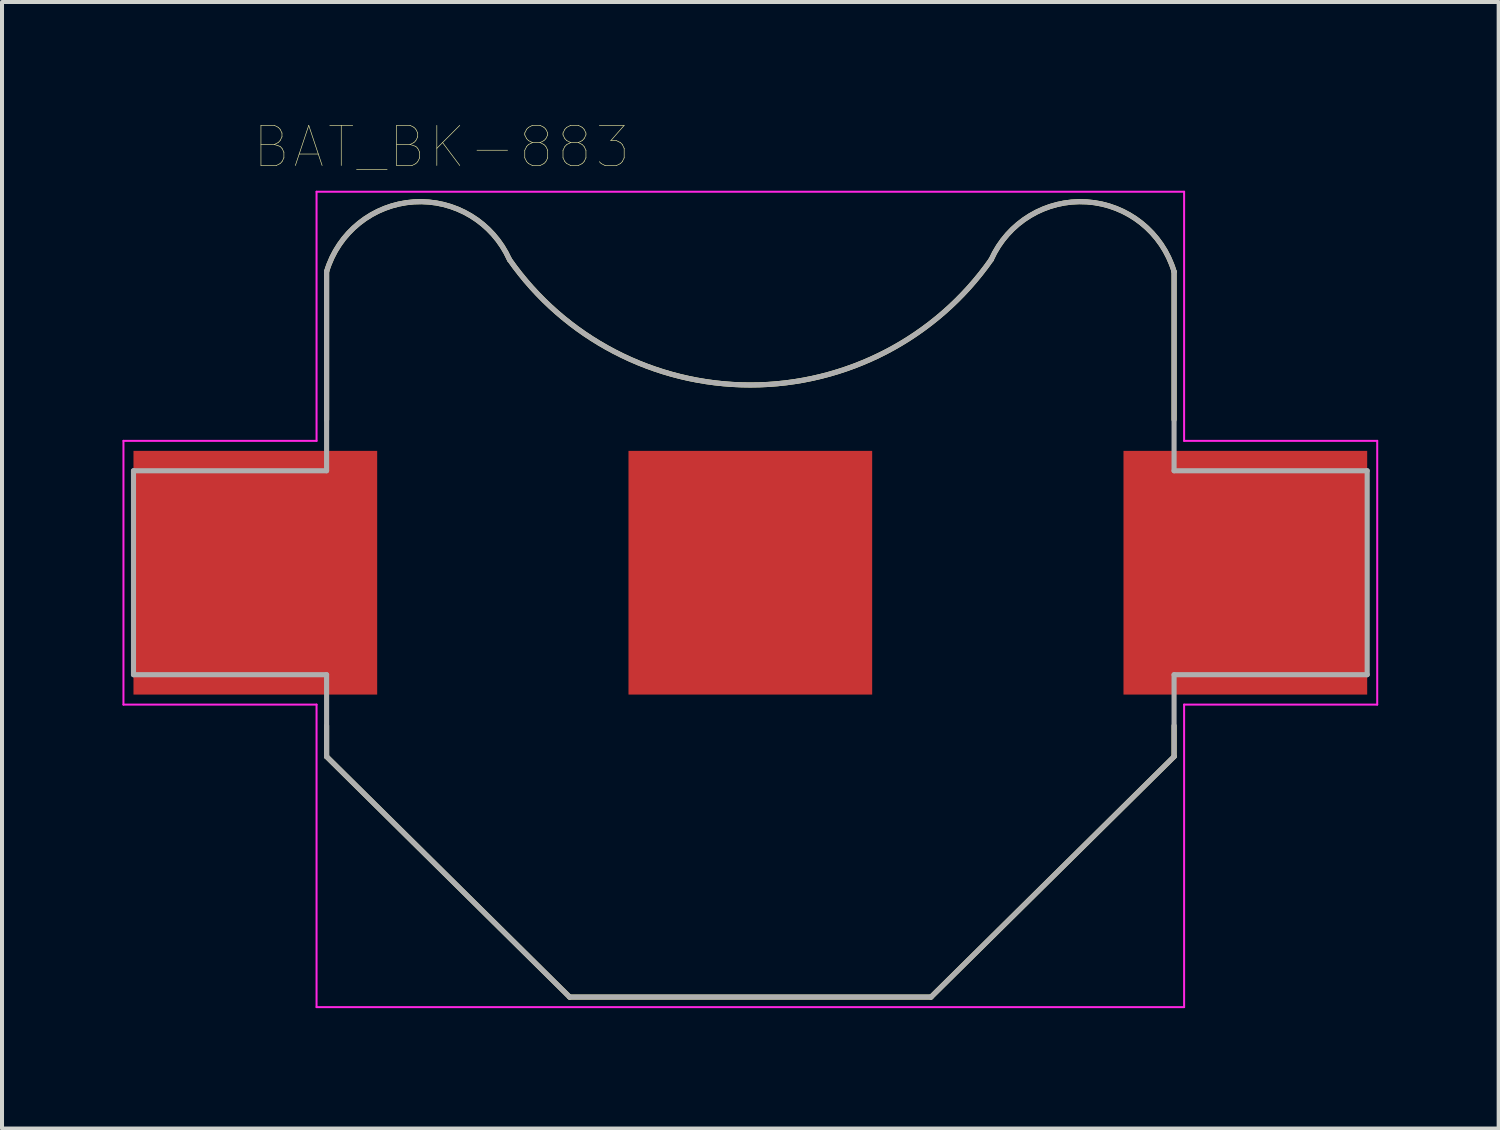
<source format=kicad_pcb>
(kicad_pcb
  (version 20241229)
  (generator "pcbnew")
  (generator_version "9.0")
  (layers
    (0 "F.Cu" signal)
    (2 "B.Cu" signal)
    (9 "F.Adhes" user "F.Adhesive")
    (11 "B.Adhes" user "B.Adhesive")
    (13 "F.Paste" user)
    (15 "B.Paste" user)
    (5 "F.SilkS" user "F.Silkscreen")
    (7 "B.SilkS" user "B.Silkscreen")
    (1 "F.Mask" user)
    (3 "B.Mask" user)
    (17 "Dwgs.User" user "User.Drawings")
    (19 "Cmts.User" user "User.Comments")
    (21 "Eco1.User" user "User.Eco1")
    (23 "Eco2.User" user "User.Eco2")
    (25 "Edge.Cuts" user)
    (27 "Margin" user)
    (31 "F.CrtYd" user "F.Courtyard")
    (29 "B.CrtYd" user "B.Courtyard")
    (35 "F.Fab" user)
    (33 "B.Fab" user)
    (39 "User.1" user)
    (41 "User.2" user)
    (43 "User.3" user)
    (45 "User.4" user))
  (footprint "BAT_BK-883"
    (layer "F.Cu")
    (at 15.64 11.216)
    (property "Reference" "BAT_BK-883" (at -7.69 -10.605 0) (layer "F.SilkS") (effects (font (size 1 1) (thickness 0.015))))
    (attr through_hole)
    (fp_line (start -10.555 -7.5) (end -10.555 -3.81) (stroke (width 0.127) (type solid)) (layer "F.SilkS"))
    (fp_line (start -10.555 3.81) (end -10.555 4.58) (stroke (width 0.127) (type solid)) (layer "F.SilkS"))
    (fp_line (start -10.555 4.58) (end -4.5 10.57) (stroke (width 0.127) (type solid)) (layer "F.SilkS"))
    (fp_line (start -4.5 10.57) (end 4.5 10.57) (stroke (width 0.127) (type solid)) (layer "F.SilkS"))
    (fp_line (start 4.5 10.57) (end 10.555 4.58) (stroke (width 0.127) (type solid)) (layer "F.SilkS"))
    (fp_line (start 10.555 -3.81) (end 10.555 -7.5) (stroke (width 0.127) (type solid)) (layer "F.SilkS"))
    (fp_line (start 10.555 4.58) (end 10.555 3.81) (stroke (width 0.127) (type solid)) (layer "F.SilkS"))
    (fp_arc (start -10.555 -7.5) (mid -8.382044 -9.237329) (end -6 -7.8) (stroke (width 0.127) (type solid)) (layer "F.SilkS"))
    (fp_arc (start 6 -7.8) (mid 0 -4.676598) (end -6 -7.8) (stroke (width 0.127) (type solid)) (layer "F.SilkS"))
    (fp_arc (start 6 -7.8) (mid 8.382044 -9.237329) (end 10.555 -7.5) (stroke (width 0.127) (type solid)) (layer "F.SilkS"))
    (fp_line (start -15.615 -3.285) (end -15.615 3.285) (stroke (width 0.05) (type solid)) (layer "F.CrtYd"))
    (fp_line (start -15.615 3.285) (end -10.805 3.285) (stroke (width 0.05) (type solid)) (layer "F.CrtYd"))
    (fp_line (start -10.805 -9.49) (end -10.805 -3.285) (stroke (width 0.05) (type solid)) (layer "F.CrtYd"))
    (fp_line (start -10.805 -3.285) (end -15.615 -3.285) (stroke (width 0.05) (type solid)) (layer "F.CrtYd"))
    (fp_line (start -10.805 3.285) (end -10.805 10.82) (stroke (width 0.05) (type solid)) (layer "F.CrtYd"))
    (fp_line (start -10.805 10.82) (end 10.805 10.82) (stroke (width 0.05) (type solid)) (layer "F.CrtYd"))
    (fp_line (start 10.805 -9.49) (end -10.805 -9.49) (stroke (width 0.05) (type solid)) (layer "F.CrtYd"))
    (fp_line (start 10.805 -3.285) (end 10.805 -9.49) (stroke (width 0.05) (type solid)) (layer "F.CrtYd"))
    (fp_line (start 10.805 3.285) (end 15.615 3.285) (stroke (width 0.05) (type solid)) (layer "F.CrtYd"))
    (fp_line (start 10.805 10.82) (end 10.805 3.285) (stroke (width 0.05) (type solid)) (layer "F.CrtYd"))
    (fp_line (start 15.615 -3.285) (end 10.805 -3.285) (stroke (width 0.05) (type solid)) (layer "F.CrtYd"))
    (fp_line (start 15.615 3.285) (end 15.615 -3.285) (stroke (width 0.05) (type solid)) (layer "F.CrtYd"))
    (fp_line (start -15.365 -2.54) (end -15.365 2.54) (stroke (width 0.127) (type solid)) (layer "F.Fab"))
    (fp_line (start -15.365 2.54) (end -10.555 2.54) (stroke (width 0.127) (type solid)) (layer "F.Fab"))
    (fp_line (start -10.555 -7.5) (end -10.555 -2.54) (stroke (width 0.127) (type solid)) (layer "F.Fab"))
    (fp_line (start -10.555 -2.54) (end -15.365 -2.54) (stroke (width 0.127) (type solid)) (layer "F.Fab"))
    (fp_line (start -10.555 2.54) (end -10.555 4.58) (stroke (width 0.127) (type solid)) (layer "F.Fab"))
    (fp_line (start -10.555 4.58) (end -4.5 10.57) (stroke (width 0.127) (type solid)) (layer "F.Fab"))
    (fp_line (start -4.5 10.57) (end 4.5 10.57) (stroke (width 0.127) (type solid)) (layer "F.Fab"))
    (fp_line (start 4.5 10.57) (end 10.555 4.58) (stroke (width 0.127) (type solid)) (layer "F.Fab"))
    (fp_line (start 10.555 -2.54) (end 10.555 -7.5) (stroke (width 0.127) (type solid)) (layer "F.Fab"))
    (fp_line (start 10.555 2.54) (end 15.365 2.54) (stroke (width 0.127) (type solid)) (layer "F.Fab"))
    (fp_line (start 10.555 4.58) (end 10.555 2.54) (stroke (width 0.127) (type solid)) (layer "F.Fab"))
    (fp_line (start 15.365 -2.54) (end 10.555 -2.54) (stroke (width 0.127) (type solid)) (layer "F.Fab"))
    (fp_line (start 15.365 2.54) (end 15.365 -2.54) (stroke (width 0.127) (type solid)) (layer "F.Fab"))
    (fp_arc (start -10.555 -7.5) (mid -8.382044 -9.237329) (end -6 -7.8) (stroke (width 0.127) (type solid)) (layer "F.Fab"))
    (fp_arc (start 6 -7.8) (mid 0 -4.676598) (end -6 -7.8) (stroke (width 0.127) (type solid)) (layer "F.Fab"))
    (fp_arc (start 6 -7.8) (mid 8.382044 -9.237329) (end 10.555 -7.5) (stroke (width 0.127) (type solid)) (layer "F.Fab"))
    (pad "-" smd rect (at 0 0) (size 6.07 6.07) (layers "F.Cu" "F.Mask"))
    (pad "S1+" smd rect (at -12.33 0) (size 6.07 6.07) (layers "F.Cu" "F.Mask" "F.Paste"))
    (pad "S2+" smd rect (at 12.33 0) (size 6.07 6.07) (layers "F.Cu" "F.Mask" "F.Paste")))
  (gr_rect
    (start -3 -3)
    (end 34.28 25.061)
    (stroke (width 0.1) (type default))
    (fill no)
    (layer "Edge.Cuts")))
</source>
